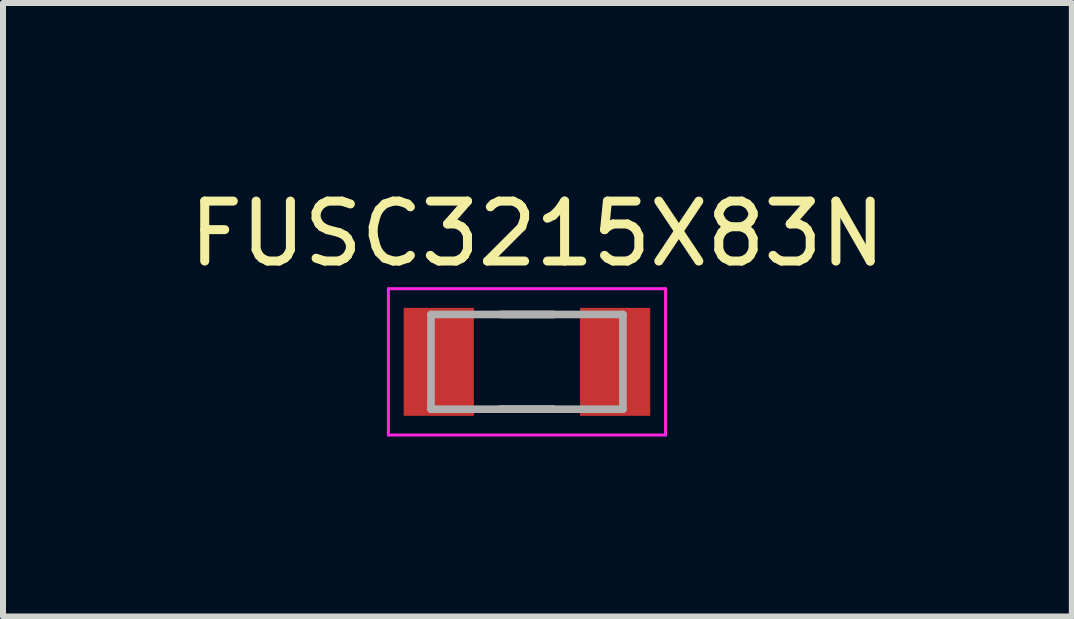
<source format=kicad_pcb>
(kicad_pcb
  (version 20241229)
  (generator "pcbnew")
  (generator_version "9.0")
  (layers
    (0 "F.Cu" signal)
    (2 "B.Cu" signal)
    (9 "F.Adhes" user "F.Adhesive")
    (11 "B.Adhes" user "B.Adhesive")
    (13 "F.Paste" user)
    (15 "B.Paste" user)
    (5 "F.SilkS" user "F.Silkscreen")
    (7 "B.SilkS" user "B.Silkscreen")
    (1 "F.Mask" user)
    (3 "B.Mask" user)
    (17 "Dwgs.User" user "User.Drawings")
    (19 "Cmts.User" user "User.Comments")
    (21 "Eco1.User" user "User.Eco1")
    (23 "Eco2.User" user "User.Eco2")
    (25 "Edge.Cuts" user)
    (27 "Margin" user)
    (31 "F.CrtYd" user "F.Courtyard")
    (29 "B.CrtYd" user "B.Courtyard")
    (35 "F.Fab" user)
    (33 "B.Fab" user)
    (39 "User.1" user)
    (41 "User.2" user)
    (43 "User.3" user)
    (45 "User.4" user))
  (footprint "FUSC3215X83N"
    (layer "F.Cu")
    (at 5.736 2.983)
    (property "Reference" "FUSC3215X83N" (at 0.175 -2.135 0) (layer "F.SilkS") (effects (font (size 1 1) (thickness 0.15))))
    (attr through_hole)
    (fp_line (start -0.44 -0.79) (end 0.44 -0.79) (stroke (width 0.127) (type solid)) (layer "F.SilkS"))
    (fp_line (start 0.44 0.79) (end -0.44 0.79) (stroke (width 0.127) (type solid)) (layer "F.SilkS"))
    (fp_line (start -2.31 -1.22) (end 2.31 -1.22) (stroke (width 0.05) (type solid)) (layer "F.CrtYd"))
    (fp_line (start -2.31 1.22) (end -2.31 -1.22) (stroke (width 0.05) (type solid)) (layer "F.CrtYd"))
    (fp_line (start 2.31 -1.22) (end 2.31 1.22) (stroke (width 0.05) (type solid)) (layer "F.CrtYd"))
    (fp_line (start 2.31 1.22) (end -2.31 1.22) (stroke (width 0.05) (type solid)) (layer "F.CrtYd"))
    (fp_line (start -1.6 -0.79) (end 1.6 -0.79) (stroke (width 0.127) (type solid)) (layer "F.Fab"))
    (fp_line (start -1.6 0.79) (end -1.6 -0.79) (stroke (width 0.127) (type solid)) (layer "F.Fab"))
    (fp_line (start 1.6 -0.79) (end 1.6 0.79) (stroke (width 0.127) (type solid)) (layer "F.Fab"))
    (fp_line (start 1.6 0.79) (end -1.6 0.79) (stroke (width 0.127) (type solid)) (layer "F.Fab"))
    (pad "1" smd rect (at -1.47 0) (size 1.17 1.8) (layers "F.Cu" "F.Mask" "F.Paste"))
    (pad "2" smd rect (at 1.47 0) (size 1.17 1.8) (layers "F.Cu" "F.Mask" "F.Paste")))
  (gr_rect
    (start -3 -3)
    (end 14.821 7.228)
    (stroke (width 0.1) (type default))
    (fill no)
    (layer "Edge.Cuts")))
</source>
